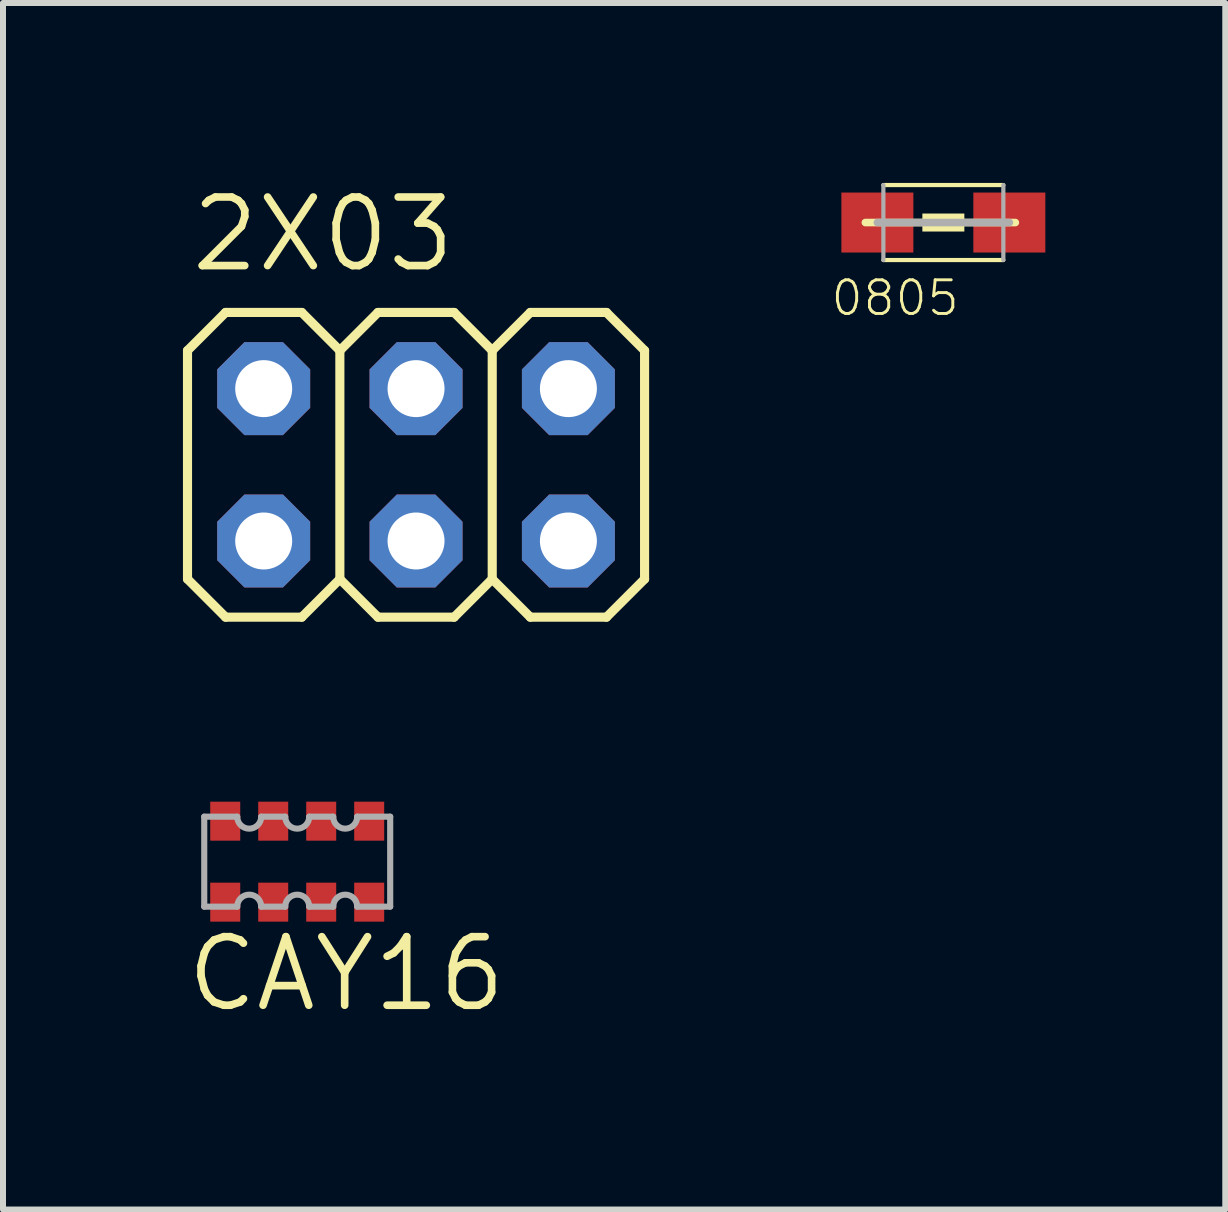
<source format=kicad_pcb>
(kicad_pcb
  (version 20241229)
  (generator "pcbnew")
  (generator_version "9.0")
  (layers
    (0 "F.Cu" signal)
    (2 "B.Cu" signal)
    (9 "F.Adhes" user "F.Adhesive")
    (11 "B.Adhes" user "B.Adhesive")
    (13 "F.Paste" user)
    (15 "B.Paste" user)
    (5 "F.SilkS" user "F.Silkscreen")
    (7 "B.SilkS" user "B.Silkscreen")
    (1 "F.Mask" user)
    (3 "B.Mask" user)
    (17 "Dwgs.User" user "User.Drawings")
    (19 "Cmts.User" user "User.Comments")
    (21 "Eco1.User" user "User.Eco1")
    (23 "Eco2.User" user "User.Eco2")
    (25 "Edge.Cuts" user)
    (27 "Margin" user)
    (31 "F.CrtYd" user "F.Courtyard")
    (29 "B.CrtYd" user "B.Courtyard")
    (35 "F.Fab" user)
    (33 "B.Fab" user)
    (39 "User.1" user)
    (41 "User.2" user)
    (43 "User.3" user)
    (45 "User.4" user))
  (footprint "0805"
    (layer "F.Cu")
    (at 12.677 0.66)
    (property "Reference" "0805" (at -1.905 1.587 0) (layer "F.SilkS") (effects (font (size 0.561 0.561) (thickness 0.049)) (justify left bottom)))
    (fp_line (start -1.3 0) (end 1.2 0) (stroke (width 0.127) (type solid)) (layer "F.SilkS"))
    (fp_line (start -1 -0.625) (end 1 -0.625) (stroke (width 0.07) (type solid)) (layer "F.SilkS"))
    (fp_line (start 1 0.625) (end -1 0.625) (stroke (width 0.07) (type solid)) (layer "F.SilkS"))
    (fp_poly (pts (xy -0.35 0.15) (xy 0.35 0.15) (xy 0.35 -0.15) (xy -0.35 -0.15)) (stroke (width 0) (type default)) (fill yes) (layer "F.SilkS"))
    (fp_line (start -1.1 0) (end 1.1 0) (stroke (width 0.127) (type solid)) (layer "F.Fab"))
    (fp_line (start -1 0.625) (end -1 -0.625) (stroke (width 0.07) (type solid)) (layer "F.Fab"))
    (fp_line (start 1 -0.625) (end 1 0.625) (stroke (width 0.07) (type solid)) (layer "F.Fab"))
    (pad "1" smd rect (at -1.1 0) (size 1.2 1) (layers "F.Cu" "F.Mask" "F.Paste"))
    (pad "2" smd rect (at 1.1 0) (size 1.2 1) (layers "F.Cu" "F.Mask" "F.Paste")))
  (footprint "CAY16"
    (layer "F.Cu")
    (at 1.905 11.315)
    (property "Reference" "CAY16" (at -1.905 2.54 0) (layer "F.SilkS") (effects (font (size 1.143 1.143) (thickness 0.127)) (justify left bottom)))
    (fp_line (start -1.55 -0.75) (end -1 -0.75) (stroke (width 0.102) (type solid)) (layer "F.Fab"))
    (fp_line (start -1.55 0.75) (end -1.55 -0.75) (stroke (width 0.102) (type solid)) (layer "F.Fab"))
    (fp_line (start -1 0.75) (end -1.55 0.75) (stroke (width 0.102) (type solid)) (layer "F.Fab"))
    (fp_line (start -0.6 -0.75) (end -0.2 -0.75) (stroke (width 0.102) (type solid)) (layer "F.Fab"))
    (fp_line (start -0.2 0.75) (end -0.6 0.75) (stroke (width 0.102) (type solid)) (layer "F.Fab"))
    (fp_line (start 0.2 -0.75) (end 0.6 -0.75) (stroke (width 0.102) (type solid)) (layer "F.Fab"))
    (fp_line (start 0.6 0.75) (end 0.2 0.75) (stroke (width 0.102) (type solid)) (layer "F.Fab"))
    (fp_line (start 1 -0.75) (end 1.55 -0.75) (stroke (width 0.102) (type solid)) (layer "F.Fab"))
    (fp_line (start 1.55 -0.75) (end 1.55 0.75) (stroke (width 0.102) (type solid)) (layer "F.Fab"))
    (fp_line (start 1.55 0.75) (end 1 0.75) (stroke (width 0.102) (type solid)) (layer "F.Fab"))
    (fp_arc (start -1 0.75) (mid -0.8 0.55) (end -0.6 0.75) (stroke (width 0.1016) (type solid)) (layer "F.Fab"))
    (fp_arc (start -0.6 -0.75) (mid -0.8 -0.55) (end -1 -0.75) (stroke (width 0.1016) (type solid)) (layer "F.Fab"))
    (fp_arc (start -0.2 0.75) (mid 0 0.55) (end 0.2 0.75) (stroke (width 0.1016) (type solid)) (layer "F.Fab"))
    (fp_arc (start 0.2 -0.75) (mid 0 -0.55) (end -0.2 -0.75) (stroke (width 0.1016) (type solid)) (layer "F.Fab"))
    (fp_arc (start 0.6 0.75) (mid 0.8 0.55) (end 1 0.75) (stroke (width 0.1016) (type solid)) (layer "F.Fab"))
    (fp_arc (start 1 -0.75) (mid 0.8 -0.55) (end 0.6 -0.75) (stroke (width 0.1016) (type solid)) (layer "F.Fab"))
    (pad "1" smd rect (at -1.2 0.675) (size 0.5 0.65) (layers "F.Cu" "F.Mask" "F.Paste"))
    (pad "2" smd rect (at -0.4 0.675) (size 0.5 0.65) (layers "F.Cu" "F.Mask" "F.Paste"))
    (pad "3" smd rect (at 0.4 0.675) (size 0.5 0.65) (layers "F.Cu" "F.Mask" "F.Paste"))
    (pad "4" smd rect (at 1.2 0.675) (size 0.5 0.65) (layers "F.Cu" "F.Mask" "F.Paste"))
    (pad "5" smd rect (at 1.2 -0.675) (size 0.5 0.65) (layers "F.Cu" "F.Mask" "F.Paste"))
    (pad "6" smd rect (at 0.4 -0.675) (size 0.5 0.65) (layers "F.Cu" "F.Mask" "F.Paste"))
    (pad "7" smd rect (at -0.4 -0.675) (size 0.5 0.65) (layers "F.Cu" "F.Mask" "F.Paste"))
    (pad "8" smd rect (at -1.2 -0.675) (size 0.5 0.65) (layers "F.Cu" "F.Mask" "F.Paste")))
  (footprint "2X03"
    (layer "F.Cu")
    (at 3.886 4.699)
    (property "Reference" "2X03" (at -3.81 -3.175 0) (layer "F.SilkS") (effects (font (size 1.143 1.143) (thickness 0.127)) (justify left bottom)))
    (fp_line (start -3.81 -1.905) (end -3.175 -2.54) (stroke (width 0.152) (type solid)) (layer "F.SilkS"))
    (fp_line (start -3.81 1.905) (end -3.81 -1.905) (stroke (width 0.152) (type solid)) (layer "F.SilkS"))
    (fp_line (start -3.81 1.905) (end -3.175 2.54) (stroke (width 0.152) (type solid)) (layer "F.SilkS"))
    (fp_line (start -3.175 -2.54) (end -1.905 -2.54) (stroke (width 0.152) (type solid)) (layer "F.SilkS"))
    (fp_line (start -3.175 2.54) (end -1.905 2.54) (stroke (width 0.152) (type solid)) (layer "F.SilkS"))
    (fp_line (start -1.905 -2.54) (end -1.27 -1.905) (stroke (width 0.152) (type solid)) (layer "F.SilkS"))
    (fp_line (start -1.905 2.54) (end -1.27 1.905) (stroke (width 0.152) (type solid)) (layer "F.SilkS"))
    (fp_line (start -1.27 -1.905) (end -1.27 1.905) (stroke (width 0.152) (type solid)) (layer "F.SilkS"))
    (fp_line (start -1.27 -1.905) (end -0.635 -2.54) (stroke (width 0.152) (type solid)) (layer "F.SilkS"))
    (fp_line (start -1.27 1.905) (end -0.635 2.54) (stroke (width 0.152) (type solid)) (layer "F.SilkS"))
    (fp_line (start -0.635 -2.54) (end 0.635 -2.54) (stroke (width 0.152) (type solid)) (layer "F.SilkS"))
    (fp_line (start -0.635 2.54) (end 0.635 2.54) (stroke (width 0.152) (type solid)) (layer "F.SilkS"))
    (fp_line (start 0.635 -2.54) (end 1.27 -1.905) (stroke (width 0.152) (type solid)) (layer "F.SilkS"))
    (fp_line (start 0.635 2.54) (end 1.27 1.905) (stroke (width 0.152) (type solid)) (layer "F.SilkS"))
    (fp_line (start 1.27 -1.905) (end 1.27 1.905) (stroke (width 0.152) (type solid)) (layer "F.SilkS"))
    (fp_line (start 1.27 -1.905) (end 1.905 -2.54) (stroke (width 0.152) (type solid)) (layer "F.SilkS"))
    (fp_line (start 1.27 1.905) (end 1.905 2.54) (stroke (width 0.152) (type solid)) (layer "F.SilkS"))
    (fp_line (start 1.905 -2.54) (end 3.175 -2.54) (stroke (width 0.152) (type solid)) (layer "F.SilkS"))
    (fp_line (start 1.905 2.54) (end 3.175 2.54) (stroke (width 0.152) (type solid)) (layer "F.SilkS"))
    (fp_line (start 3.175 -2.54) (end 3.81 -1.905) (stroke (width 0.152) (type solid)) (layer "F.SilkS"))
    (fp_line (start 3.175 2.54) (end 3.81 1.905) (stroke (width 0.152) (type solid)) (layer "F.SilkS"))
    (fp_line (start 3.81 -1.905) (end 3.81 1.905) (stroke (width 0.152) (type solid)) (layer "F.SilkS"))
    (fp_poly (pts (xy -2.794 -1.016) (xy -2.286 -1.016) (xy -2.286 -1.524) (xy -2.794 -1.524)) (stroke (width 0.1) (type default)) (fill no) (layer "F.Fab"))
    (fp_poly (pts (xy -2.794 1.524) (xy -2.286 1.524) (xy -2.286 1.016) (xy -2.794 1.016)) (stroke (width 0.1) (type default)) (fill no) (layer "F.Fab"))
    (fp_poly (pts (xy -0.254 -1.016) (xy 0.254 -1.016) (xy 0.254 -1.524) (xy -0.254 -1.524)) (stroke (width 0.1) (type default)) (fill no) (layer "F.Fab"))
    (fp_poly (pts (xy -0.254 1.524) (xy 0.254 1.524) (xy 0.254 1.016) (xy -0.254 1.016)) (stroke (width 0.1) (type default)) (fill no) (layer "F.Fab"))
    (fp_poly (pts (xy 2.286 -1.016) (xy 2.794 -1.016) (xy 2.794 -1.524) (xy 2.286 -1.524)) (stroke (width 0.1) (type default)) (fill no) (layer "F.Fab"))
    (fp_poly (pts (xy 2.286 1.524) (xy 2.794 1.524) (xy 2.794 1.016) (xy 2.286 1.016)) (stroke (width 0.1) (type default)) (fill no) (layer "F.Fab"))
    (pad "1" thru_hole roundrect (at -2.54 1.27) (size 1.55 1.55) (drill 0.95) (layers "*.Cu" "*.Mask") (roundrect_rratio 0.25) (chamfer_ratio 0.293) (chamfer top_left top_right bottom_left bottom_right))
    (pad "2" thru_hole roundrect (at -2.54 -1.27) (size 1.55 1.55) (drill 0.95) (layers "*.Cu" "*.Mask") (roundrect_rratio 0.25) (chamfer_ratio 0.293) (chamfer top_left top_right bottom_left bottom_right))
    (pad "3" thru_hole roundrect (at 0 1.27) (size 1.55 1.55) (drill 0.95) (layers "*.Cu" "*.Mask") (roundrect_rratio 0.25) (chamfer_ratio 0.293) (chamfer top_left top_right bottom_left bottom_right))
    (pad "4" thru_hole roundrect (at 0 -1.27) (size 1.55 1.55) (drill 0.95) (layers "*.Cu" "*.Mask") (roundrect_rratio 0.25) (chamfer_ratio 0.293) (chamfer top_left top_right bottom_left bottom_right))
    (pad "5" thru_hole roundrect (at 2.54 1.27) (size 1.55 1.55) (drill 0.95) (layers "*.Cu" "*.Mask") (roundrect_rratio 0.25) (chamfer_ratio 0.293) (chamfer top_left top_right bottom_left bottom_right))
    (pad "6" thru_hole roundrect (at 2.54 -1.27) (size 1.55 1.55) (drill 0.95) (layers "*.Cu" "*.Mask") (roundrect_rratio 0.25) (chamfer_ratio 0.293) (chamfer top_left top_right bottom_left bottom_right)))
  (gr_rect
    (start -3 -3)
    (end 17.377 17.114)
    (stroke (width 0.1) (type default))
    (fill no)
    (layer "Edge.Cuts")))
</source>
